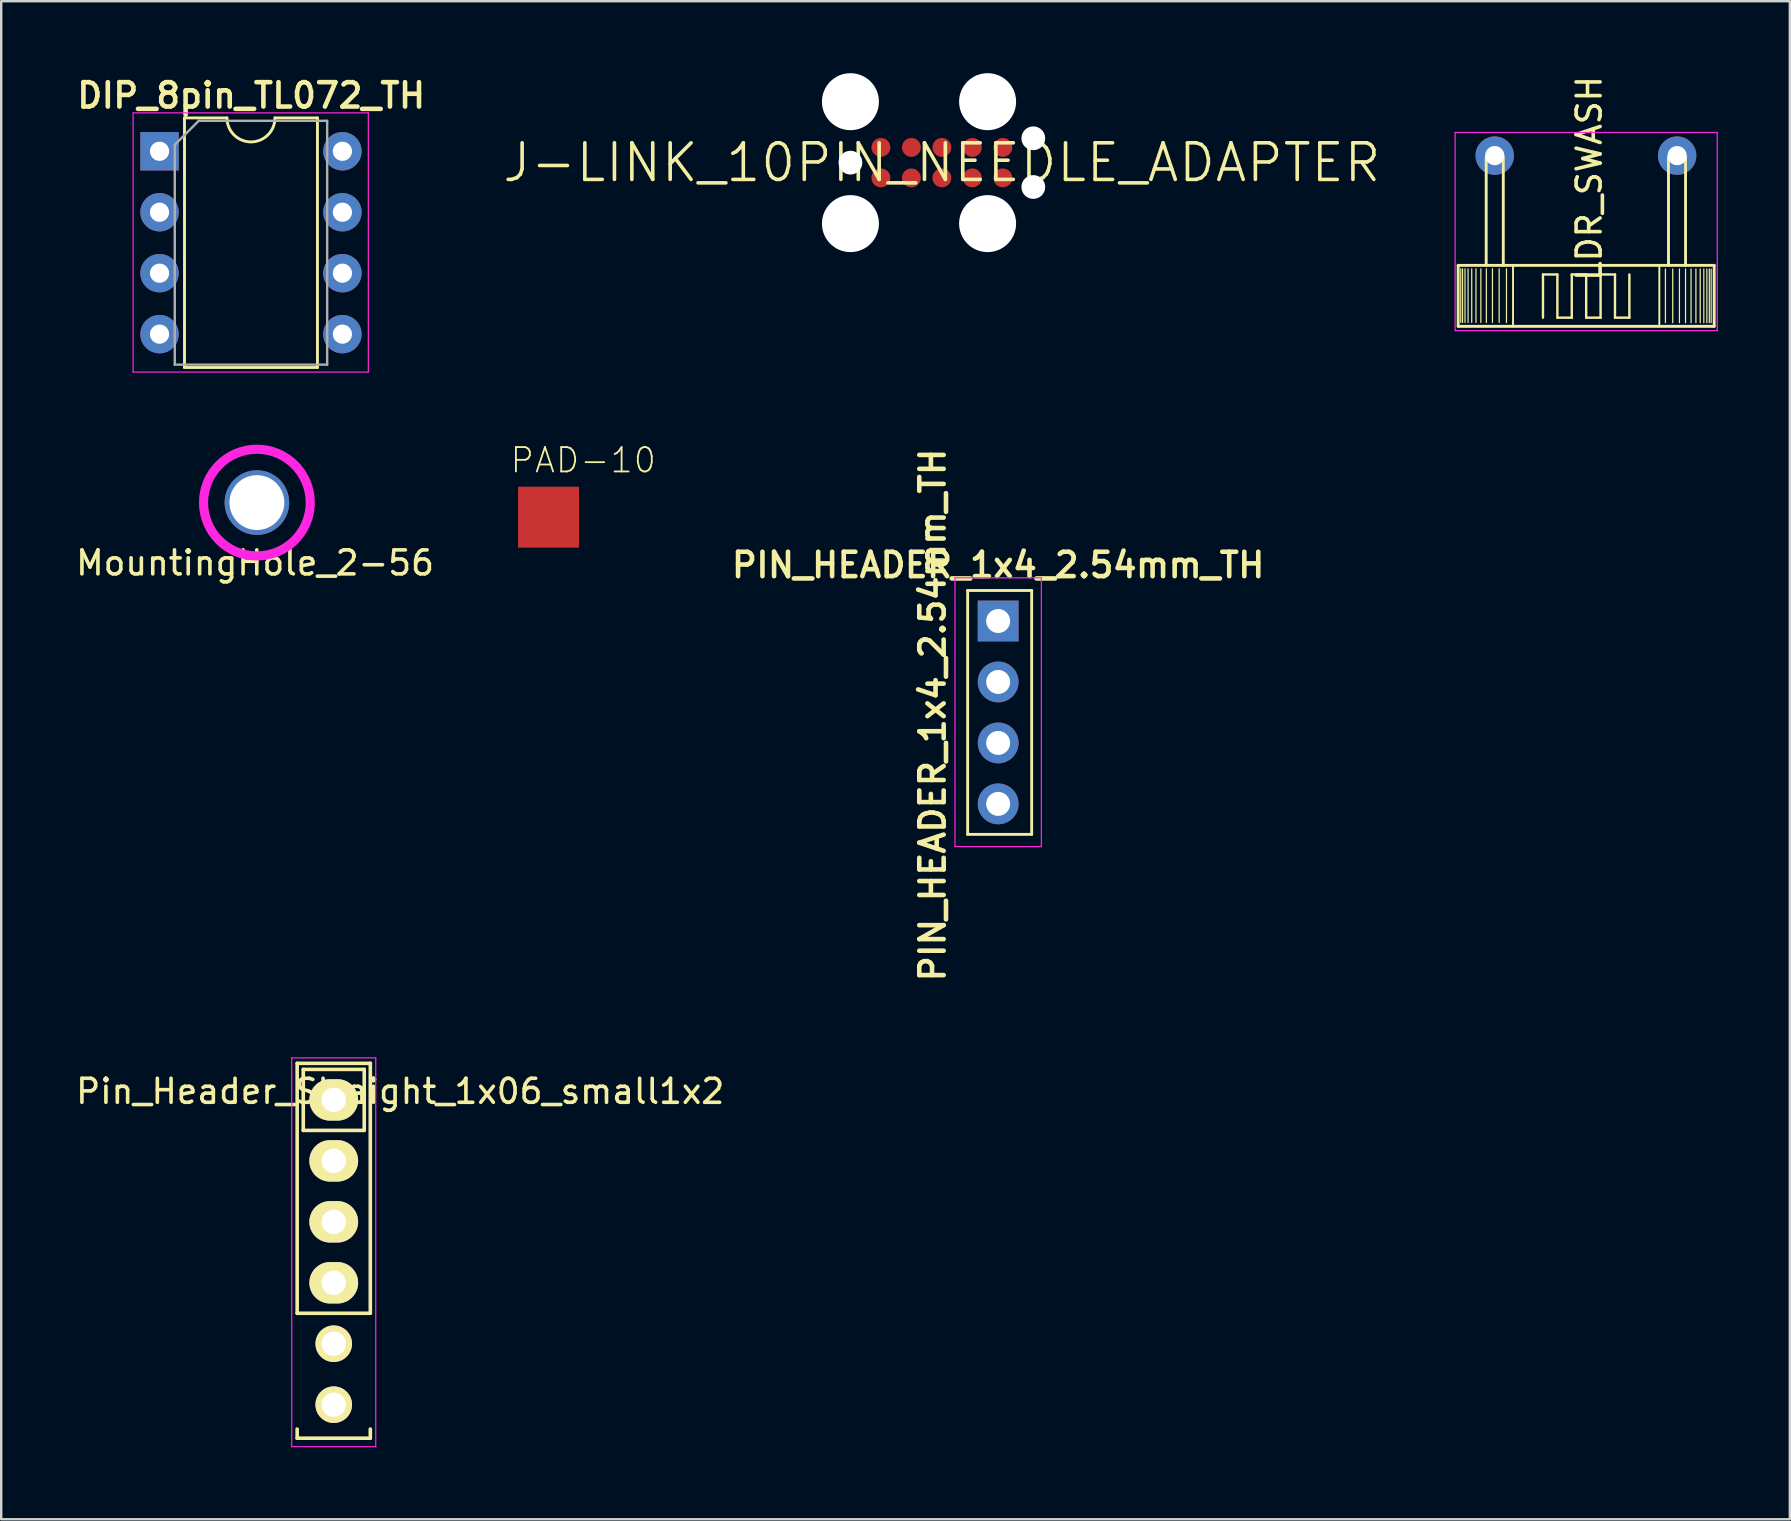
<source format=kicad_pcb>
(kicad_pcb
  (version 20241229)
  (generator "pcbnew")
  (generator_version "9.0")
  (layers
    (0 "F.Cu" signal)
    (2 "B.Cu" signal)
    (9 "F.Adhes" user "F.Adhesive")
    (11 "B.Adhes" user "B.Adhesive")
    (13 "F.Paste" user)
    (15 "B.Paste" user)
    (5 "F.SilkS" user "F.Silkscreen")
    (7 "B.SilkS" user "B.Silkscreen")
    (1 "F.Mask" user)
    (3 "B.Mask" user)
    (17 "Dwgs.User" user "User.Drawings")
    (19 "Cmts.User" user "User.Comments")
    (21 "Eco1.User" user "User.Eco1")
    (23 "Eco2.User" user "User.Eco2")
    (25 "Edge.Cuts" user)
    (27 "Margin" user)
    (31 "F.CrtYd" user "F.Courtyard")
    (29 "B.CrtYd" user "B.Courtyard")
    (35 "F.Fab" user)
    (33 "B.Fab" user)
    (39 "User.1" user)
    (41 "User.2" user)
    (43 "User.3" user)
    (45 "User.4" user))
  (footprint "DIP_8pin_TL072_TH"
    (layer "F.Cu")
    (at 3.597 3.253)
    (property "Reference" "DIP_8pin_TL072_TH" (at 3.82 -2.324 0) (layer "F.SilkS") (effects (font (size 1.016 1.016) (thickness 0.191))))
    (attr through_hole)
    (fp_line (start 1.04 -1.39) (end 1.04 9.01) (stroke (width 0.12) (type solid)) (layer "F.SilkS"))
    (fp_line (start 1.04 9.01) (end 6.58 9.01) (stroke (width 0.12) (type solid)) (layer "F.SilkS"))
    (fp_line (start 2.81 -1.39) (end 1.04 -1.39) (stroke (width 0.12) (type solid)) (layer "F.SilkS"))
    (fp_line (start 6.58 -1.39) (end 4.81 -1.39) (stroke (width 0.12) (type solid)) (layer "F.SilkS"))
    (fp_line (start 6.58 9.01) (end 6.58 -1.39) (stroke (width 0.12) (type solid)) (layer "F.SilkS"))
    (fp_arc (start 4.81 -1.39) (mid 3.81 -0.39) (end 2.81 -1.39) (stroke (width 0.12) (type solid)) (layer "F.SilkS"))
    (fp_line (start -1.1 -1.6) (end -1.1 9.2) (stroke (width 0.05) (type solid)) (layer "F.CrtYd"))
    (fp_line (start -1.1 9.2) (end 8.7 9.2) (stroke (width 0.05) (type solid)) (layer "F.CrtYd"))
    (fp_line (start 8.7 -1.6) (end -1.1 -1.6) (stroke (width 0.05) (type solid)) (layer "F.CrtYd"))
    (fp_line (start 8.7 9.2) (end 8.7 -1.6) (stroke (width 0.05) (type solid)) (layer "F.CrtYd"))
    (fp_line (start 0.635 -0.27) (end 1.635 -1.27) (stroke (width 0.1) (type solid)) (layer "F.Fab"))
    (fp_line (start 0.635 8.89) (end 0.635 -0.27) (stroke (width 0.1) (type solid)) (layer "F.Fab"))
    (fp_line (start 1.635 -1.27) (end 6.985 -1.27) (stroke (width 0.1) (type solid)) (layer "F.Fab"))
    (fp_line (start 6.985 -1.27) (end 6.985 8.89) (stroke (width 0.1) (type solid)) (layer "F.Fab"))
    (fp_line (start 6.985 8.89) (end 0.635 8.89) (stroke (width 0.1) (type solid)) (layer "F.Fab"))
    (pad "1" thru_hole rect (at 0 0) (size 1.6 1.6) (drill 0.8) (layers "*.Cu" "*.Mask"))
    (pad "2" thru_hole oval (at 0 2.54) (size 1.6 1.6) (drill 0.8) (layers "*.Cu" "*.Mask"))
    (pad "3" thru_hole oval (at 0 5.08) (size 1.6 1.6) (drill 0.8) (layers "*.Cu" "*.Mask"))
    (pad "4" thru_hole oval (at 0 7.62) (size 1.6 1.6) (drill 0.8) (layers "*.Cu" "*.Mask"))
    (pad "5" thru_hole oval (at 7.62 7.62) (size 1.6 1.6) (drill 0.8) (layers "*.Cu" "*.Mask"))
    (pad "6" thru_hole oval (at 7.62 5.08) (size 1.6 1.6) (drill 0.8) (layers "*.Cu" "*.Mask"))
    (pad "7" thru_hole oval (at 7.62 2.54) (size 1.6 1.6) (drill 0.8) (layers "*.Cu" "*.Mask"))
    (pad "8" thru_hole oval (at 7.62 0) (size 1.6 1.6) (drill 0.8) (layers "*.Cu" "*.Mask")))
  (footprint "PAD-10"
    (layer "F.Cu")
    (at 19.806 18.5)
    (property "Reference" "PAD-10" (at -1.651 -1.778 0) (layer "F.SilkS") (effects (font (size 1.016 1.016) (thickness 0.076)) (justify left bottom)))
    (attr through_hole)
    (pad "1" smd rect (at 0 0) (size 2.54 2.54) (layers "F.Cu" "F.Mask" "F.Paste")))
  (footprint "J-LINK_10PIN_NEEDLE_ADAPTER"
    (layer "F.Cu")
    (at 36.195 3.727)
    (property "Reference" "J-LINK_10PIN_NEEDLE_ADAPTER" (at 0 0 0) (layer "F.SilkS") (effects (font (size 1.524 1.524) (thickness 0.15))))
    (attr through_hole)
    (pad "" np_thru_hole circle (at -3.81 -2.54) (size 2.375 2.375) (drill 2.375) (layers "*.Cu"))
    (pad "" np_thru_hole circle (at -3.81 0) (size 0.991 0.991) (drill 0.991) (layers "*.Cu"))
    (pad "" np_thru_hole circle (at -3.81 2.54) (size 2.375 2.375) (drill 2.375) (layers "*.Cu"))
    (pad "" np_thru_hole circle (at 1.905 -2.54) (size 2.375 2.375) (drill 2.375) (layers "*.Cu"))
    (pad "" np_thru_hole circle (at 1.905 2.54) (size 2.375 2.375) (drill 2.375) (layers "*.Cu"))
    (pad "" np_thru_hole circle (at 3.81 -1.015) (size 0.991 0.991) (drill 0.991) (layers "*.Cu"))
    (pad "" np_thru_hole circle (at 3.81 1.015) (size 0.991 0.991) (drill 0.991) (layers "*.Cu"))
    (pad "1" smd circle (at -2.54 0.635) (size 0.787 0.787) (layers "F.Cu" "F.Mask" "F.Paste"))
    (pad "2" smd circle (at -1.27 0.635) (size 0.787 0.787) (layers "F.Cu" "F.Mask" "F.Paste"))
    (pad "3" smd circle (at 0 0.635) (size 0.787 0.787) (layers "F.Cu" "F.Mask" "F.Paste"))
    (pad "4" smd circle (at 1.27 0.635) (size 0.787 0.787) (layers "F.Cu" "F.Mask" "F.Paste"))
    (pad "5" smd circle (at 2.54 0.635) (size 0.787 0.787) (layers "F.Cu" "F.Mask" "F.Paste"))
    (pad "6" smd circle (at 2.54 -0.635) (size 0.787 0.787) (layers "F.Cu" "F.Mask" "F.Paste"))
    (pad "7" smd circle (at 1.27 -0.635) (size 0.787 0.787) (layers "F.Cu" "F.Mask" "F.Paste"))
    (pad "8" smd circle (at 0 -0.635) (size 0.787 0.787) (layers "F.Cu" "F.Mask" "F.Paste"))
    (pad "9" smd circle (at -1.27 -0.635) (size 0.787 0.787) (layers "F.Cu" "F.Mask" "F.Paste"))
    (pad "10" smd circle (at -2.54 -0.635) (size 0.787 0.787) (layers "F.Cu" "F.Mask" "F.Paste")))
  (footprint "PIN_HEADER_1x4_2.54mm_TH"
    (layer "F.Cu")
    (at 38.54 22.825)
    (property "Reference" "PIN_HEADER_1x4_2.54mm_TH" (at 0 -2.33 0) (layer "F.SilkS") (effects (font (size 1.016 1.016) (thickness 0.191))))
    (attr through_hole)
    (fp_line (start -1.27 -1.27) (end -1.27 8.89) (stroke (width 0.12) (type solid)) (layer "F.SilkS"))
    (fp_line (start -1.27 8.89) (end 1.397 8.89) (stroke (width 0.12) (type solid)) (layer "F.SilkS"))
    (fp_line (start 1.397 -1.27) (end -1.27 -1.27) (stroke (width 0.12) (type solid)) (layer "F.SilkS"))
    (fp_line (start 1.397 8.89) (end 1.397 -1.27) (stroke (width 0.12) (type solid)) (layer "F.SilkS"))
    (fp_line (start -1.8 -1.8) (end -1.8 9.4) (stroke (width 0.05) (type solid)) (layer "F.CrtYd"))
    (fp_line (start -1.8 9.4) (end 1.8 9.4) (stroke (width 0.05) (type solid)) (layer "F.CrtYd"))
    (fp_line (start 1.8 -1.8) (end -1.8 -1.8) (stroke (width 0.05) (type solid)) (layer "F.CrtYd"))
    (fp_line (start 1.8 9.4) (end 1.8 -1.8) (stroke (width 0.05) (type solid)) (layer "F.CrtYd"))
    (fp_text user "${REFERENCE}" (at -2.731 3.916 270) (layer "F.SilkS") (effects (font (size 1.016 1.016) (thickness 0.191))))
    (pad "1" thru_hole rect (at 0 0) (size 1.7 1.7) (drill 1) (layers "*.Cu" "*.Mask"))
    (pad "2" thru_hole oval (at 0 2.54) (size 1.7 1.7) (drill 1) (layers "*.Cu" "*.Mask"))
    (pad "3" thru_hole oval (at 0 5.08) (size 1.7 1.7) (drill 1) (layers "*.Cu" "*.Mask"))
    (pad "4" thru_hole oval (at 0 7.62) (size 1.7 1.7) (drill 1) (layers "*.Cu" "*.Mask")))
  (footprint "MountingHole_2-56"
    (layer "F.Cu")
    (at 7.654 17.891)
    (property "Reference" "MountingHole_2-56" (at -0.076 2.515 0) (layer "F.SilkS") (effects (font (size 1 1) (thickness 0.15))))
    (attr through_hole)
    (fp_circle (center 0 0) (end 2.223 0) (stroke (width 0.381) (type solid)) (fill no) (layer "F.CrtYd"))
    (pad "1" thru_hole circle (at 0 0) (size 2.692 2.692) (drill 2.286) (layers "*.Cu")))
  (footprint "LDR_SWASH"
    (layer "F.Cu")
    (at 59.231 3.435)
    (property "Reference" "LDR_SWASH" (at 3.935 0.952 270) (layer "F.SilkS") (effects (font (size 1 1) (thickness 0.15))))
    (attr through_hole)
    (fp_line (start -1.524 4.572) (end -1.524 7.112) (stroke (width 0.12) (type solid)) (layer "F.SilkS"))
    (fp_line (start -1.524 4.572) (end 9.144 4.572) (stroke (width 0.12) (type solid)) (layer "F.SilkS"))
    (fp_line (start -1.524 7.112) (end 9.144 7.112) (stroke (width 0.12) (type solid)) (layer "F.SilkS"))
    (fp_line (start -1.416 6.951) (end -1.416 4.716) (stroke (width 0.05) (type solid)) (layer "F.SilkS"))
    (fp_line (start -1.34 6.951) (end -1.34 4.716) (stroke (width 0.05) (type solid)) (layer "F.SilkS"))
    (fp_line (start -1.238 6.951) (end -1.238 4.716) (stroke (width 0.05) (type solid)) (layer "F.SilkS"))
    (fp_line (start -1.111 6.951) (end -1.111 4.716) (stroke (width 0.05) (type solid)) (layer "F.SilkS"))
    (fp_line (start -0.959 6.951) (end -0.959 4.716) (stroke (width 0.05) (type solid)) (layer "F.SilkS"))
    (fp_line (start -0.781 6.951) (end -0.781 4.716) (stroke (width 0.05) (type solid)) (layer "F.SilkS"))
    (fp_line (start -0.578 6.951) (end -0.578 4.716) (stroke (width 0.05) (type solid)) (layer "F.SilkS"))
    (fp_line (start -0.356 0.051) (end -0.356 4.572) (stroke (width 0.12) (type solid)) (layer "F.SilkS"))
    (fp_line (start -0.349 6.951) (end -0.349 4.716) (stroke (width 0.05) (type solid)) (layer "F.SilkS"))
    (fp_line (start -0.095 6.951) (end -0.095 4.716) (stroke (width 0.05) (type solid)) (layer "F.SilkS"))
    (fp_line (start 0.184 6.951) (end 0.184 4.716) (stroke (width 0.05) (type solid)) (layer "F.SilkS"))
    (fp_line (start 0.356 0.051) (end 0.356 4.572) (stroke (width 0.12) (type solid)) (layer "F.SilkS"))
    (fp_line (start 0.489 6.951) (end 0.489 4.716) (stroke (width 0.05) (type solid)) (layer "F.SilkS"))
    (fp_line (start 0.762 4.572) (end 0.762 7.112) (stroke (width 0.08) (type solid)) (layer "F.SilkS"))
    (fp_line (start 2.01 4.952) (end 2.61 4.952) (stroke (width 0.1) (type solid)) (layer "F.SilkS"))
    (fp_line (start 2.01 6.752) (end 2.01 4.952) (stroke (width 0.1) (type solid)) (layer "F.SilkS"))
    (fp_line (start 2.61 4.952) (end 2.61 6.752) (stroke (width 0.1) (type solid)) (layer "F.SilkS"))
    (fp_line (start 2.61 6.752) (end 3.21 6.752) (stroke (width 0.1) (type solid)) (layer "F.SilkS"))
    (fp_line (start 3.21 4.952) (end 3.81 4.952) (stroke (width 0.1) (type solid)) (layer "F.SilkS"))
    (fp_line (start 3.21 6.752) (end 3.21 4.952) (stroke (width 0.1) (type solid)) (layer "F.SilkS"))
    (fp_line (start 3.81 4.952) (end 3.81 6.752) (stroke (width 0.1) (type solid)) (layer "F.SilkS"))
    (fp_line (start 3.81 6.752) (end 4.41 6.752) (stroke (width 0.1) (type solid)) (layer "F.SilkS"))
    (fp_line (start 4.41 4.952) (end 5.01 4.952) (stroke (width 0.1) (type solid)) (layer "F.SilkS"))
    (fp_line (start 4.41 6.752) (end 4.41 4.952) (stroke (width 0.1) (type solid)) (layer "F.SilkS"))
    (fp_line (start 5.01 4.952) (end 5.01 6.752) (stroke (width 0.1) (type solid)) (layer "F.SilkS"))
    (fp_line (start 5.01 6.752) (end 5.61 6.752) (stroke (width 0.1) (type solid)) (layer "F.SilkS"))
    (fp_line (start 5.61 6.752) (end 5.61 4.952) (stroke (width 0.1) (type solid)) (layer "F.SilkS"))
    (fp_line (start 6.858 4.572) (end 6.858 7.112) (stroke (width 0.08) (type solid)) (layer "F.SilkS"))
    (fp_line (start 7.112 4.724) (end 7.112 6.96) (stroke (width 0.05) (type solid)) (layer "F.SilkS"))
    (fp_line (start 7.239 0.051) (end 7.239 4.572) (stroke (width 0.12) (type solid)) (layer "F.SilkS"))
    (fp_line (start 7.417 4.724) (end 7.417 6.96) (stroke (width 0.05) (type solid)) (layer "F.SilkS"))
    (fp_line (start 7.696 4.724) (end 7.696 6.96) (stroke (width 0.05) (type solid)) (layer "F.SilkS"))
    (fp_line (start 7.95 0.051) (end 7.95 4.572) (stroke (width 0.12) (type solid)) (layer "F.SilkS"))
    (fp_line (start 7.95 4.724) (end 7.95 6.96) (stroke (width 0.05) (type solid)) (layer "F.SilkS"))
    (fp_line (start 8.179 4.724) (end 8.179 6.96) (stroke (width 0.05) (type solid)) (layer "F.SilkS"))
    (fp_line (start 8.382 4.724) (end 8.382 6.96) (stroke (width 0.05) (type solid)) (layer "F.SilkS"))
    (fp_line (start 8.56 4.724) (end 8.56 6.96) (stroke (width 0.05) (type solid)) (layer "F.SilkS"))
    (fp_line (start 8.712 4.724) (end 8.712 6.96) (stroke (width 0.05) (type solid)) (layer "F.SilkS"))
    (fp_line (start 8.839 4.724) (end 8.839 6.96) (stroke (width 0.05) (type solid)) (layer "F.SilkS"))
    (fp_line (start 8.941 4.724) (end 8.941 6.96) (stroke (width 0.05) (type solid)) (layer "F.SilkS"))
    (fp_line (start 9.017 4.724) (end 9.017 6.96) (stroke (width 0.05) (type solid)) (layer "F.SilkS"))
    (fp_line (start 9.144 4.572) (end 9.144 7.112) (stroke (width 0.12) (type solid)) (layer "F.SilkS"))
    (fp_line (start -1.651 7.29) (end -1.651 -0.965) (stroke (width 0.05) (type solid)) (layer "F.CrtYd"))
    (fp_line (start 9.271 -0.965) (end -1.651 -0.965) (stroke (width 0.05) (type solid)) (layer "F.CrtYd"))
    (fp_line (start 9.271 7.29) (end -1.651 7.29) (stroke (width 0.05) (type solid)) (layer "F.CrtYd"))
    (fp_line (start 9.271 7.29) (end 9.271 -0.965) (stroke (width 0.05) (type solid)) (layer "F.CrtYd"))
    (pad "1" thru_hole circle (at 0 0) (size 1.6 1.6) (drill 0.8) (layers "*.Cu" "*.Mask"))
    (pad "2" thru_hole circle (at 7.6 0) (size 1.6 1.6) (drill 0.8) (layers "*.Cu" "*.Mask")))
  (footprint "Pin_Header_Straight_1x06_small1x2"
    (layer "F.Cu")
    (at 10.856 42.779)
    (property "Reference" "Pin_Header_Straight_1x06_small1x2" (at 2.769 -0.356 0) (layer "F.SilkS") (effects (font (size 1 1) (thickness 0.15))))
    (attr through_hole)
    (fp_line (start -1.524 8.89) (end -1.524 -1.524) (stroke (width 0.15) (type solid)) (layer "F.SilkS"))
    (fp_line (start -1.524 13.716) (end -1.524 14.097) (stroke (width 0.15) (type solid)) (layer "F.SilkS"))
    (fp_line (start -1.27 -1.27) (end -1.27 1.27) (stroke (width 0.15) (type solid)) (layer "F.SilkS"))
    (fp_line (start -1.27 -1.27) (end 1.27 -1.27) (stroke (width 0.15) (type solid)) (layer "F.SilkS"))
    (fp_line (start 1.27 -1.27) (end 1.27 1.27) (stroke (width 0.15) (type solid)) (layer "F.SilkS"))
    (fp_line (start 1.27 1.27) (end -1.27 1.27) (stroke (width 0.15) (type solid)) (layer "F.SilkS"))
    (fp_line (start 1.524 -1.524) (end -1.524 -1.524) (stroke (width 0.15) (type solid)) (layer "F.SilkS"))
    (fp_line (start 1.524 -1.524) (end 1.524 8.89) (stroke (width 0.15) (type solid)) (layer "F.SilkS"))
    (fp_line (start 1.524 8.89) (end -1.524 8.89) (stroke (width 0.15) (type solid)) (layer "F.SilkS"))
    (fp_line (start 1.524 13.716) (end 1.524 14.097) (stroke (width 0.15) (type solid)) (layer "F.SilkS"))
    (fp_line (start 1.524 14.097) (end -1.524 14.097) (stroke (width 0.15) (type solid)) (layer "F.SilkS"))
    (fp_line (start -1.75 -1.75) (end -1.75 14.45) (stroke (width 0.05) (type solid)) (layer "F.CrtYd"))
    (fp_line (start -1.75 -1.75) (end 1.75 -1.75) (stroke (width 0.05) (type solid)) (layer "F.CrtYd"))
    (fp_line (start -1.75 14.45) (end 1.75 14.45) (stroke (width 0.05) (type solid)) (layer "F.CrtYd"))
    (fp_line (start 1.75 -1.75) (end 1.75 14.45) (stroke (width 0.05) (type solid)) (layer "F.CrtYd"))
    (pad "1" thru_hole oval (at 0 0) (size 2.032 1.727) (drill 1.016) (layers "*.Cu" "*.Mask" "F.SilkS"))
    (pad "2" thru_hole oval (at 0 2.54) (size 2.032 1.727) (drill 1.016) (layers "*.Cu" "*.Mask" "F.SilkS"))
    (pad "3" thru_hole oval (at 0 5.08) (size 2.032 1.727) (drill 1.016) (layers "*.Cu" "*.Mask" "F.SilkS"))
    (pad "4" thru_hole oval (at 0 7.62) (size 2.032 1.727) (drill 1.016) (layers "*.Cu" "*.Mask" "F.SilkS"))
    (pad "5" thru_hole circle (at 0 10.16) (size 1.524 1.524) (drill 1.016) (layers "*.Cu" "*.Mask" "F.SilkS"))
    (pad "6" thru_hole circle (at 0 12.7) (size 1.524 1.524) (drill 1.016) (layers "*.Cu" "*.Mask" "F.SilkS")))
  (gr_rect
    (start -3 -3)
    (end 71.527 60.254)
    (stroke (width 0.1) (type default))
    (fill no)
    (layer "Edge.Cuts")))
</source>
